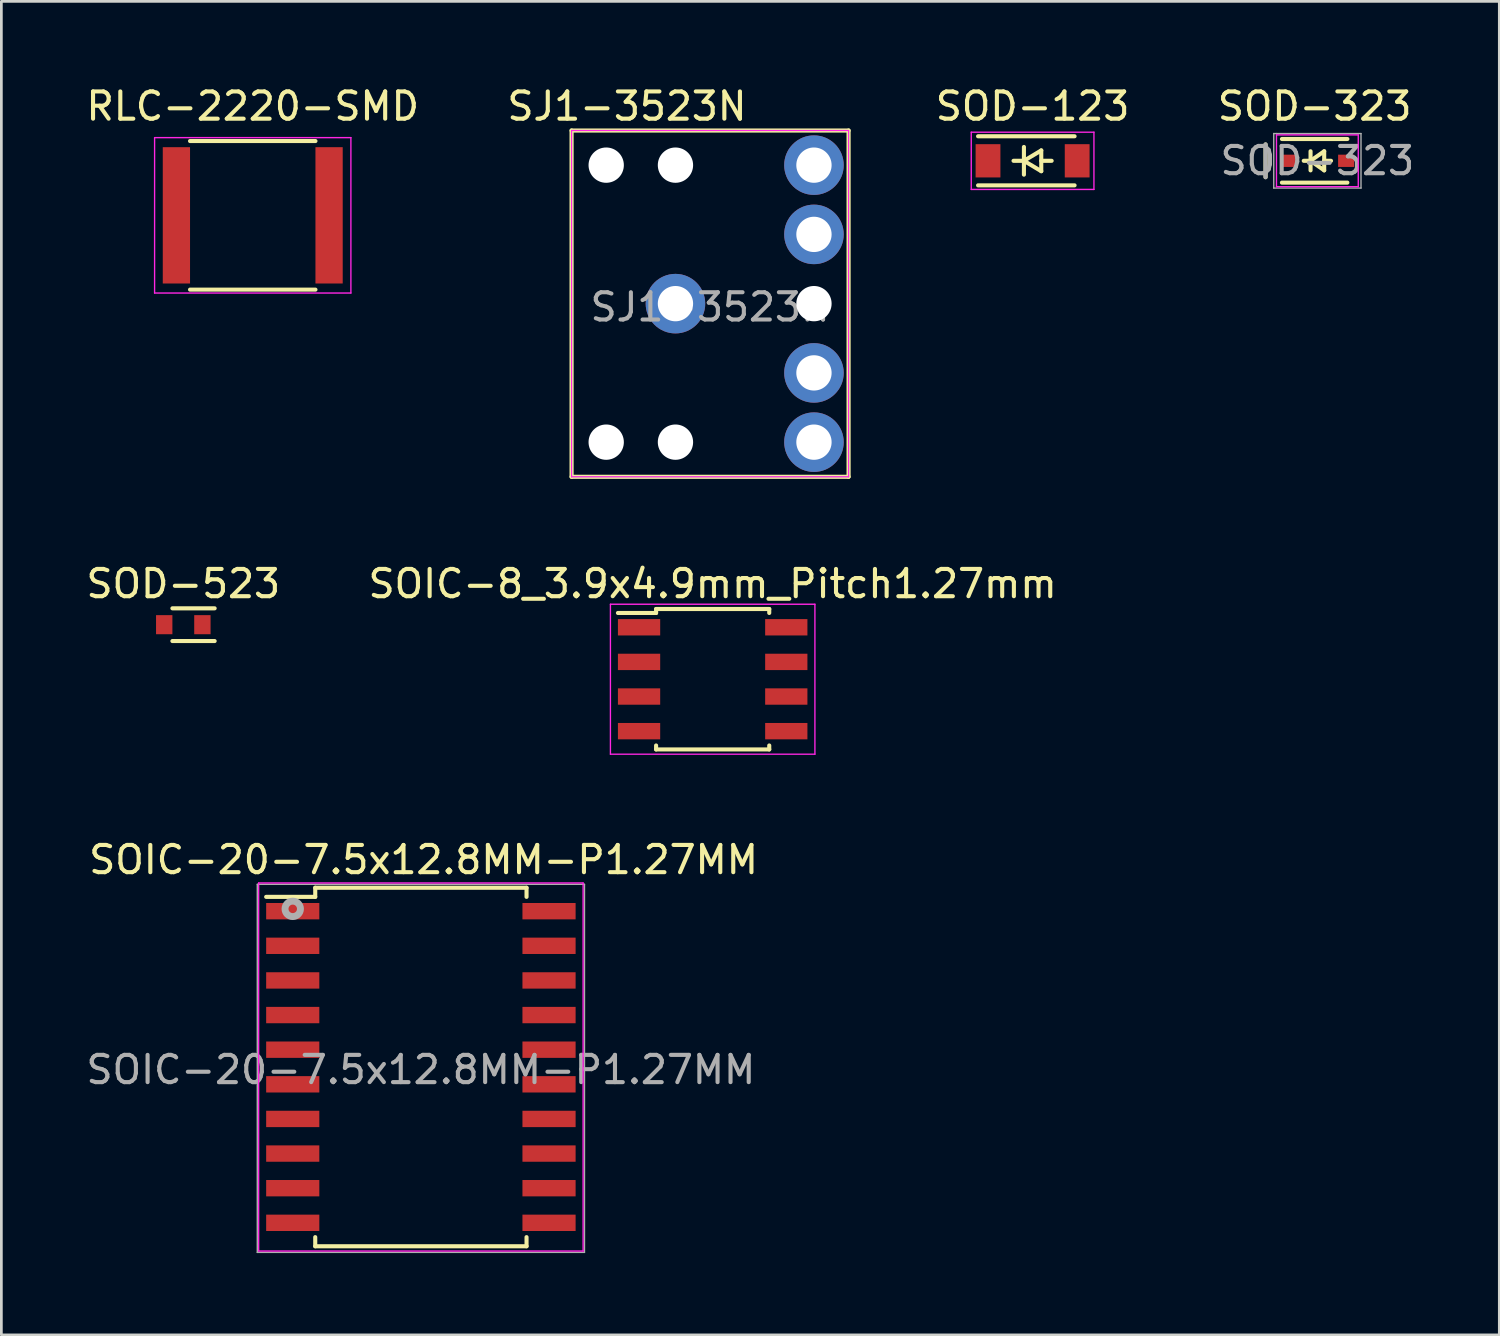
<source format=kicad_pcb>
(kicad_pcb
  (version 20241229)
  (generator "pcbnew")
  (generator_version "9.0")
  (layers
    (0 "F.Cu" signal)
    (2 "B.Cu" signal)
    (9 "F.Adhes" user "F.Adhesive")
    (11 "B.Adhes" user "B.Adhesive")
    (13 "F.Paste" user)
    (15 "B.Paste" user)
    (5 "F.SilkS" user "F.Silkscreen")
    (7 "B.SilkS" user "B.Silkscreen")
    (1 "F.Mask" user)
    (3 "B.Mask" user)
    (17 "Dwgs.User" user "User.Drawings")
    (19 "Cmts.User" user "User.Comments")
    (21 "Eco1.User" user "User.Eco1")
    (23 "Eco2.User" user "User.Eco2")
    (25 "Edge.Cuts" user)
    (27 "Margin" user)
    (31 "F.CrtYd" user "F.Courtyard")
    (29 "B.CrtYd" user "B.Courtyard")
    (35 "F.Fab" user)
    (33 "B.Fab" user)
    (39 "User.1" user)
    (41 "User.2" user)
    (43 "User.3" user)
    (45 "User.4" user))
  (footprint "SOD-123"
    (layer "F.Cu")
    (at 34.823 2.848)
    (property "Reference" "SOD-123" (at 0 -2 0) (layer "F.SilkS") (effects (font (size 1 1) (thickness 0.15))))
    (attr smd)
    (fp_line (start -2 -0.9) (end 1.54 -0.9) (stroke (width 0.15) (type solid)) (layer "F.SilkS"))
    (fp_line (start -2 0.9) (end 1.54 0.9) (stroke (width 0.15) (type solid)) (layer "F.SilkS"))
    (fp_line (start -0.699 0) (end -0.318 0) (stroke (width 0.15) (type solid)) (layer "F.SilkS"))
    (fp_line (start -0.318 -0.508) (end -0.318 0.508) (stroke (width 0.15) (type solid)) (layer "F.SilkS"))
    (fp_line (start -0.318 0) (end 0.318 -0.381) (stroke (width 0.15) (type solid)) (layer "F.SilkS"))
    (fp_line (start 0.318 -0.381) (end 0.318 0.381) (stroke (width 0.15) (type solid)) (layer "F.SilkS"))
    (fp_line (start 0.318 0) (end 0.699 0) (stroke (width 0.15) (type solid)) (layer "F.SilkS"))
    (fp_line (start 0.318 0.381) (end -0.318 0) (stroke (width 0.15) (type solid)) (layer "F.SilkS"))
    (fp_line (start -2.25 -1.05) (end -2.25 1.05) (stroke (width 0.05) (type solid)) (layer "F.CrtYd"))
    (fp_line (start -2.25 -1.05) (end 2.25 -1.05) (stroke (width 0.05) (type solid)) (layer "F.CrtYd"))
    (fp_line (start 2.25 -1.05) (end 2.25 1.05) (stroke (width 0.05) (type solid)) (layer "F.CrtYd"))
    (fp_line (start 2.25 1.05) (end -2.25 1.05) (stroke (width 0.05) (type solid)) (layer "F.CrtYd"))
    (pad "1" smd rect (at -1.635 0) (size 0.91 1.22) (layers "F.Cu" "F.Mask" "F.Paste"))
    (pad "2" smd rect (at 1.635 0) (size 0.91 1.22) (layers "F.Cu" "F.Mask" "F.Paste")))
  (footprint "RLC-2220-SMD"
    (layer "F.Cu")
    (at 6.22 4.848)
    (property "Reference" "RLC-2220-SMD" (at 0 -4 0) (layer "F.SilkS") (effects (font (size 1 1) (thickness 0.15))))
    (attr smd)
    (fp_line (start -2.3 2.725) (end 2.3 2.725) (stroke (width 0.15) (type solid)) (layer "F.SilkS"))
    (fp_line (start 2.3 -2.725) (end -2.3 -2.725) (stroke (width 0.15) (type solid)) (layer "F.SilkS"))
    (fp_line (start -3.6 -2.85) (end -3.6 2.85) (stroke (width 0.05) (type solid)) (layer "F.CrtYd"))
    (fp_line (start -3.6 -2.85) (end 3.6 -2.85) (stroke (width 0.05) (type solid)) (layer "F.CrtYd"))
    (fp_line (start -3.6 2.85) (end 3.6 2.85) (stroke (width 0.05) (type solid)) (layer "F.CrtYd"))
    (fp_line (start 3.6 -2.85) (end 3.6 2.85) (stroke (width 0.05) (type solid)) (layer "F.CrtYd"))
    (pad "1" smd rect (at -2.8 0) (size 1 5) (layers "F.Cu" "F.Mask" "F.Paste"))
    (pad "2" smd rect (at 2.8 0) (size 1 5) (layers "F.Cu" "F.Mask" "F.Paste")))
  (footprint "SJ1-3523N"
    (layer "F.Cu")
    (at 21.724 10.627)
    (property "Reference" "SJ1-3523N" (at 1.27 -2.413 0) (layer "F.Fab") (effects (font (size 1 1) (thickness 0.15))))
    (attr through_hole)
    (fp_line (start -3.81 -8.89) (end -3.81 3.81) (stroke (width 0.152) (type solid)) (layer "F.SilkS"))
    (fp_line (start -3.81 3.81) (end 6.35 3.81) (stroke (width 0.152) (type solid)) (layer "F.SilkS"))
    (fp_line (start 6.35 -8.89) (end -3.81 -8.89) (stroke (width 0.152) (type solid)) (layer "F.SilkS"))
    (fp_line (start 6.35 3.81) (end 6.35 -8.89) (stroke (width 0.152) (type solid)) (layer "F.SilkS"))
    (fp_line (start -3.81 -8.89) (end -3.81 3.81) (stroke (width 0.041) (type solid)) (layer "F.CrtYd"))
    (fp_line (start -3.81 3.81) (end 6.35 3.81) (stroke (width 0.041) (type solid)) (layer "F.CrtYd"))
    (fp_line (start 6.35 -8.89) (end -3.81 -8.89) (stroke (width 0.041) (type solid)) (layer "F.CrtYd"))
    (fp_line (start 6.35 3.81) (end 6.35 -8.89) (stroke (width 0.041) (type solid)) (layer "F.CrtYd"))
    (fp_line (start -3.81 -8.89) (end -3.81 3.81) (stroke (width 0.041) (type solid)) (layer "F.Fab"))
    (fp_line (start -3.81 3.81) (end 6.35 3.81) (stroke (width 0.041) (type solid)) (layer "F.Fab"))
    (fp_line (start 6.35 -8.89) (end -3.81 -8.89) (stroke (width 0.041) (type solid)) (layer "F.Fab"))
    (fp_line (start 6.35 -8.89) (end 6.35 3.81) (stroke (width 0.041) (type solid)) (layer "F.Fab"))
    (fp_text user "${REFERENCE}" (at -1.778 -9.779 0) (layer "F.SilkS") (effects (font (size 1 1) (thickness 0.15))))
    (pad "" np_thru_hole circle (at -2.54 -7.62) (size 1.295 1.295) (drill 1.295) (layers "*.Cu"))
    (pad "" np_thru_hole circle (at -2.54 2.54) (size 1.295 1.295) (drill 1.295) (layers "*.Cu"))
    (pad "" np_thru_hole circle (at 0 -7.62) (size 1.295 1.295) (drill 1.295) (layers "*.Cu"))
    (pad "" np_thru_hole circle (at 0 2.54) (size 1.295 1.295) (drill 1.295) (layers "*.Cu"))
    (pad "" np_thru_hole circle (at 5.08 -2.54) (size 1.295 1.295) (drill 1.295) (layers "*.Cu"))
    (pad "1" thru_hole circle (at 5.08 2.54) (size 2.184 2.184) (drill 1.295) (layers "*.Cu" "*.Mask"))
    (pad "2" thru_hole circle (at 5.08 0) (size 2.184 2.184) (drill 1.295) (layers "*.Cu" "*.Mask"))
    (pad "3" thru_hole circle (at 5.08 -5.08) (size 2.184 2.184) (drill 1.295) (layers "*.Cu" "*.Mask"))
    (pad "4" thru_hole circle (at 5.08 -7.62) (size 2.184 2.184) (drill 1.295) (layers "*.Cu" "*.Mask"))
    (pad "5" thru_hole circle (at 0 -2.54) (size 2.184 2.184) (drill 1.295) (layers "*.Cu" "*.Mask")))
  (footprint "SOD-323"
    (layer "F.Cu")
    (at 45.268 2.848)
    (property "Reference" "SOD-323" (at 0 0 0) (layer "F.Fab") (effects (font (size 1 1) (thickness 0.15))))
    (attr smd)
    (fp_line (start -1.9 -0.6) (end -1.9 0.6) (stroke (width 0.152) (type solid)) (layer "F.SilkS"))
    (fp_line (start -1.3 -0.8) (end 1.1 -0.8) (stroke (width 0.15) (type solid)) (layer "F.SilkS"))
    (fp_line (start -1.3 0.8) (end 1.1 0.8) (stroke (width 0.15) (type solid)) (layer "F.SilkS"))
    (fp_line (start -0.25 -0.35) (end -0.25 0.35) (stroke (width 0.15) (type solid)) (layer "F.SilkS"))
    (fp_line (start -0.25 0) (end -0.5 0) (stroke (width 0.15) (type solid)) (layer "F.SilkS"))
    (fp_line (start -0.25 0) (end 0.25 -0.35) (stroke (width 0.15) (type solid)) (layer "F.SilkS"))
    (fp_line (start 0.25 -0.35) (end 0.25 0.35) (stroke (width 0.15) (type solid)) (layer "F.SilkS"))
    (fp_line (start 0.25 0) (end 0.5 0) (stroke (width 0.15) (type solid)) (layer "F.SilkS"))
    (fp_line (start 0.25 0.35) (end -0.25 0) (stroke (width 0.15) (type solid)) (layer "F.SilkS"))
    (fp_line (start -1.5 -0.95) (end -1.5 0.95) (stroke (width 0.05) (type solid)) (layer "F.CrtYd"))
    (fp_line (start -1.5 -0.95) (end 1.5 -0.95) (stroke (width 0.05) (type solid)) (layer "F.CrtYd"))
    (fp_line (start -1.5 0.95) (end 1.5 0.95) (stroke (width 0.05) (type solid)) (layer "F.CrtYd"))
    (fp_line (start 1.5 -0.95) (end 1.5 0.95) (stroke (width 0.05) (type solid)) (layer "F.CrtYd"))
    (fp_line (start -1.9 -0.6) (end -1.9 0.6) (stroke (width 0.152) (type solid)) (layer "F.Fab"))
    (fp_line (start -1.6 -1) (end -1.5 -1) (stroke (width 0.051) (type solid)) (layer "F.Fab"))
    (fp_line (start -1.6 1) (end -1.6 -1) (stroke (width 0.051) (type solid)) (layer "F.Fab"))
    (fp_line (start -1.5 -1) (end 1.6 -1) (stroke (width 0.051) (type solid)) (layer "F.Fab"))
    (fp_line (start 1.6 -1) (end 1.6 1) (stroke (width 0.051) (type solid)) (layer "F.Fab"))
    (fp_line (start 1.6 1) (end -1.6 1) (stroke (width 0.051) (type solid)) (layer "F.Fab"))
    (fp_text user "${REFERENCE}" (at -0.1 -2 0) (layer "F.SilkS") (effects (font (size 1 1) (thickness 0.15))))
    (pad "1" smd rect (at -1.055 0) (size 0.59 0.45) (layers "F.Cu" "F.Mask" "F.Paste"))
    (pad "2" smd rect (at 1.055 0) (size 0.59 0.45) (layers "F.Cu" "F.Mask" "F.Paste")))
  (footprint "SOIC-8_3.9x4.9mm_Pitch1.27mm"
    (layer "F.Cu")
    (at 23.089 21.862)
    (property "Reference" "SOIC-8_3.9x4.9mm_Pitch1.27mm" (at 0 -3.5 0) (layer "F.SilkS") (effects (font (size 1 1) (thickness 0.15))))
    (attr smd)
    (fp_line (start -2.075 -2.575) (end -2.075 -2.43) (stroke (width 0.15) (type solid)) (layer "F.SilkS"))
    (fp_line (start -2.075 -2.575) (end 2.075 -2.575) (stroke (width 0.15) (type solid)) (layer "F.SilkS"))
    (fp_line (start -2.075 -2.43) (end -3.475 -2.43) (stroke (width 0.15) (type solid)) (layer "F.SilkS"))
    (fp_line (start -2.075 2.575) (end -2.075 2.43) (stroke (width 0.15) (type solid)) (layer "F.SilkS"))
    (fp_line (start -2.075 2.575) (end 2.075 2.575) (stroke (width 0.15) (type solid)) (layer "F.SilkS"))
    (fp_line (start 2.075 -2.575) (end 2.075 -2.43) (stroke (width 0.15) (type solid)) (layer "F.SilkS"))
    (fp_line (start 2.075 2.575) (end 2.075 2.43) (stroke (width 0.15) (type solid)) (layer "F.SilkS"))
    (fp_line (start -3.75 -2.75) (end -3.75 2.75) (stroke (width 0.05) (type solid)) (layer "F.CrtYd"))
    (fp_line (start -3.75 -2.75) (end 3.75 -2.75) (stroke (width 0.05) (type solid)) (layer "F.CrtYd"))
    (fp_line (start -3.75 2.75) (end 3.75 2.75) (stroke (width 0.05) (type solid)) (layer "F.CrtYd"))
    (fp_line (start 3.75 -2.75) (end 3.75 2.75) (stroke (width 0.05) (type solid)) (layer "F.CrtYd"))
    (pad "1" smd rect (at -2.7 -1.905) (size 1.55 0.6) (layers "F.Cu" "F.Mask" "F.Paste"))
    (pad "2" smd rect (at -2.7 -0.635) (size 1.55 0.6) (layers "F.Cu" "F.Mask" "F.Paste"))
    (pad "3" smd rect (at -2.7 0.635) (size 1.55 0.6) (layers "F.Cu" "F.Mask" "F.Paste"))
    (pad "4" smd rect (at -2.7 1.905) (size 1.55 0.6) (layers "F.Cu" "F.Mask" "F.Paste"))
    (pad "5" smd rect (at 2.7 1.905) (size 1.55 0.6) (layers "F.Cu" "F.Mask" "F.Paste"))
    (pad "6" smd rect (at 2.7 0.635) (size 1.55 0.6) (layers "F.Cu" "F.Mask" "F.Paste"))
    (pad "7" smd rect (at 2.7 -0.635) (size 1.55 0.6) (layers "F.Cu" "F.Mask" "F.Paste"))
    (pad "8" smd rect (at 2.7 -1.905) (size 1.55 0.6) (layers "F.Cu" "F.Mask" "F.Paste")))
  (footprint "SOIC-20-7.5x12.8MM-P1.27MM"
    (layer "F.Cu")
    (at 12.387 36.085)
    (property "Reference" "SOIC-20-7.5x12.8MM-P1.27MM" (at 0 0.1 0) (layer "F.Fab") (effects (font (size 1 1) (thickness 0.15))))
    (attr smd)
    (fp_line (start -3.875 -6.575) (end -3.875 -6.24) (stroke (width 0.15) (type solid)) (layer "F.SilkS"))
    (fp_line (start -3.875 -6.575) (end 3.875 -6.575) (stroke (width 0.15) (type solid)) (layer "F.SilkS"))
    (fp_line (start -3.875 -6.24) (end -5.675 -6.24) (stroke (width 0.15) (type solid)) (layer "F.SilkS"))
    (fp_line (start -3.875 6.575) (end -3.875 6.24) (stroke (width 0.15) (type solid)) (layer "F.SilkS"))
    (fp_line (start -3.875 6.575) (end 3.875 6.575) (stroke (width 0.15) (type solid)) (layer "F.SilkS"))
    (fp_line (start 3.875 -6.575) (end 3.875 -6.24) (stroke (width 0.15) (type solid)) (layer "F.SilkS"))
    (fp_line (start 3.875 6.575) (end 3.875 6.24) (stroke (width 0.15) (type solid)) (layer "F.SilkS"))
    (fp_line (start -5.95 -6.75) (end -5.95 6.75) (stroke (width 0.05) (type solid)) (layer "F.CrtYd"))
    (fp_line (start -5.95 -6.75) (end 5.95 -6.75) (stroke (width 0.05) (type solid)) (layer "F.CrtYd"))
    (fp_line (start -5.95 6.75) (end 5.95 6.75) (stroke (width 0.05) (type solid)) (layer "F.CrtYd"))
    (fp_line (start 5.95 -6.75) (end 5.95 6.75) (stroke (width 0.05) (type solid)) (layer "F.CrtYd"))
    (fp_line (start -6 -6.7) (end -6 6.8) (stroke (width 0.051) (type solid)) (layer "F.Fab"))
    (fp_line (start -6 6.8) (end 6 6.8) (stroke (width 0.051) (type solid)) (layer "F.Fab"))
    (fp_line (start 6 -6.7) (end -6 -6.7) (stroke (width 0.051) (type solid)) (layer "F.Fab"))
    (fp_line (start 6 6.8) (end 6 -6.7) (stroke (width 0.051) (type solid)) (layer "F.Fab"))
    (fp_circle (center -4.7 -5.8) (end -4.5 -5.6) (stroke (width 0.254) (type solid)) (fill no) (layer "F.Fab"))
    (fp_text user "${REFERENCE}" (at 0.1 -7.6 0) (layer "F.SilkS") (effects (font (size 1 1) (thickness 0.15))))
    (pad "1" smd rect (at -4.7 -5.715) (size 1.95 0.6) (layers "F.Cu" "F.Mask" "F.Paste"))
    (pad "2" smd rect (at -4.7 -4.445) (size 1.95 0.6) (layers "F.Cu" "F.Mask" "F.Paste"))
    (pad "3" smd rect (at -4.7 -3.175) (size 1.95 0.6) (layers "F.Cu" "F.Mask" "F.Paste"))
    (pad "4" smd rect (at -4.7 -1.905) (size 1.95 0.6) (layers "F.Cu" "F.Mask" "F.Paste"))
    (pad "5" smd rect (at -4.7 -0.635) (size 1.95 0.6) (layers "F.Cu" "F.Mask" "F.Paste"))
    (pad "6" smd rect (at -4.7 0.635) (size 1.95 0.6) (layers "F.Cu" "F.Mask" "F.Paste"))
    (pad "7" smd rect (at -4.7 1.905) (size 1.95 0.6) (layers "F.Cu" "F.Mask" "F.Paste"))
    (pad "8" smd rect (at -4.7 3.175) (size 1.95 0.6) (layers "F.Cu" "F.Mask" "F.Paste"))
    (pad "9" smd rect (at -4.7 4.445) (size 1.95 0.6) (layers "F.Cu" "F.Mask" "F.Paste"))
    (pad "10" smd rect (at -4.7 5.715) (size 1.95 0.6) (layers "F.Cu" "F.Mask" "F.Paste"))
    (pad "11" smd rect (at 4.7 5.715) (size 1.95 0.6) (layers "F.Cu" "F.Mask" "F.Paste"))
    (pad "12" smd rect (at 4.7 4.445) (size 1.95 0.6) (layers "F.Cu" "F.Mask" "F.Paste"))
    (pad "13" smd rect (at 4.7 3.175) (size 1.95 0.6) (layers "F.Cu" "F.Mask" "F.Paste"))
    (pad "14" smd rect (at 4.7 1.905) (size 1.95 0.6) (layers "F.Cu" "F.Mask" "F.Paste"))
    (pad "15" smd rect (at 4.7 0.635) (size 1.95 0.6) (layers "F.Cu" "F.Mask" "F.Paste"))
    (pad "16" smd rect (at 4.7 -0.635) (size 1.95 0.6) (layers "F.Cu" "F.Mask" "F.Paste"))
    (pad "17" smd rect (at 4.7 -1.905) (size 1.95 0.6) (layers "F.Cu" "F.Mask" "F.Paste"))
    (pad "18" smd rect (at 4.7 -3.175) (size 1.95 0.6) (layers "F.Cu" "F.Mask" "F.Paste"))
    (pad "19" smd rect (at 4.7 -4.445) (size 1.95 0.6) (layers "F.Cu" "F.Mask" "F.Paste"))
    (pad "20" smd rect (at 4.7 -5.715) (size 1.95 0.6) (layers "F.Cu" "F.Mask" "F.Paste")))
  (footprint "SOD-523"
    (layer "F.Cu")
    (at 3.673 19.862)
    (property "Reference" "SOD-523" (at 0 -1.5 0) (layer "F.SilkS") (effects (font (size 1 1) (thickness 0.15))))
    (attr smd)
    (fp_line (start -0.4 -0.6) (end 1.15 -0.6) (stroke (width 0.15) (type solid)) (layer "F.SilkS"))
    (fp_line (start -0.4 0.6) (end 1.15 0.6) (stroke (width 0.15) (type solid)) (layer "F.SilkS"))
    (pad "1" smd rect (at 0.7 0) (size 0.6 0.7) (layers "F.Cu" "F.Mask" "F.Paste"))
    (pad "2" smd rect (at -0.7 0) (size 0.6 0.7) (layers "F.Cu" "F.Mask" "F.Paste")))
  (gr_rect
    (start -3 -3)
    (end 51.941 45.91)
    (stroke (width 0.1) (type default))
    (fill no)
    (layer "Edge.Cuts")))
</source>
